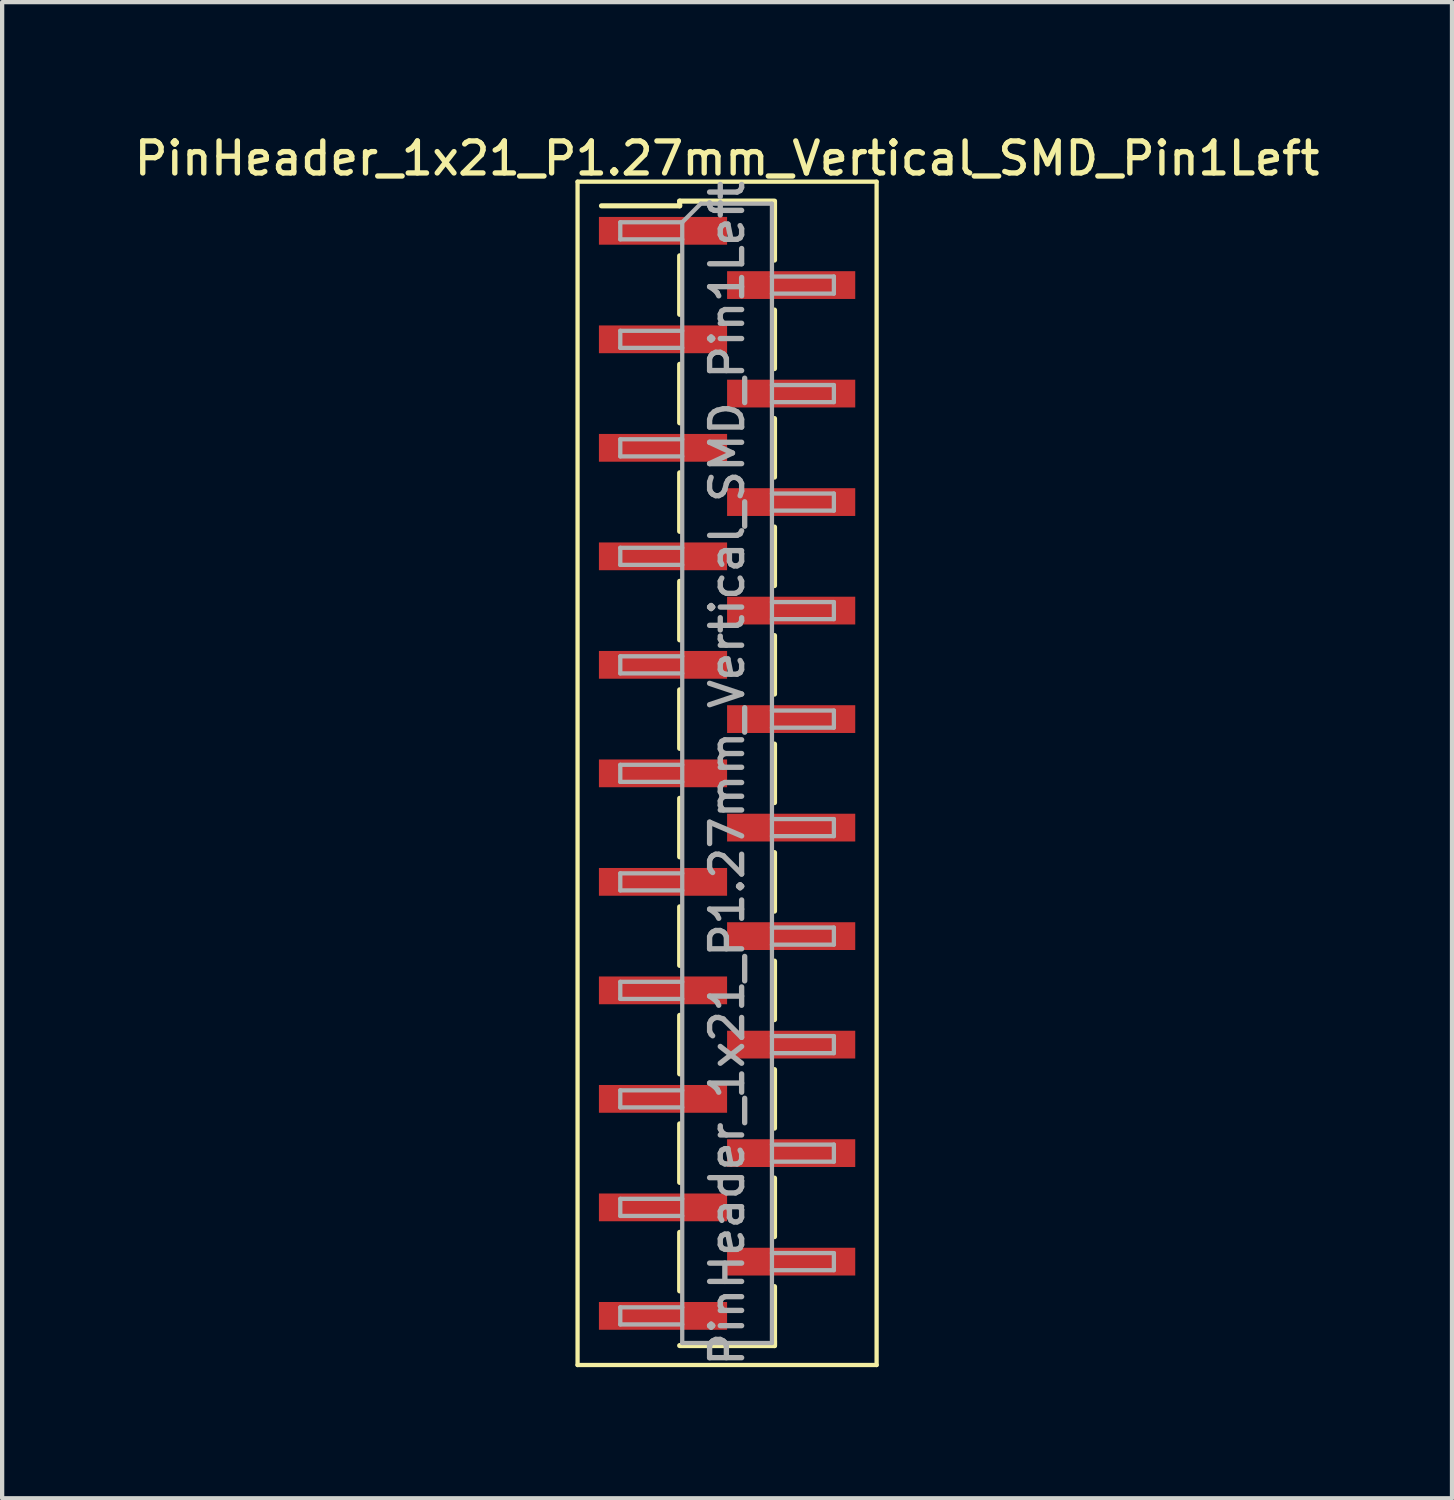
<source format=kicad_pcb>
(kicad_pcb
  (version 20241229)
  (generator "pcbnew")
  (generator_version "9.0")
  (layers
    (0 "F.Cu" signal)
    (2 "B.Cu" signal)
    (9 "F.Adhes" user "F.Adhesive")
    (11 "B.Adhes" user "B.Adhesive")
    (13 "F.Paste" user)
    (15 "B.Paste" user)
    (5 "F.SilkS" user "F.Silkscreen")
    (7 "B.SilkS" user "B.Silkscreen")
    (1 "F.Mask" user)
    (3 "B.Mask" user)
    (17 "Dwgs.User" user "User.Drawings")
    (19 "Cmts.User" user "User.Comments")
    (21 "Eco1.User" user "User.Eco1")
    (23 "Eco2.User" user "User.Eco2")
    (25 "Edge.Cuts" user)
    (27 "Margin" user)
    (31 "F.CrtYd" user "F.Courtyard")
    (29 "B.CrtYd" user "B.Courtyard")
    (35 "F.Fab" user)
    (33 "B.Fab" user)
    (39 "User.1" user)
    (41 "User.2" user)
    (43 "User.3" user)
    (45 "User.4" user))
  (footprint "PinHeader_1x21_P1.27mm_Vertical_SMD_Pin1Left"
    (layer "F.Cu")
    (at 13.97 15.053)
    (property "Reference" "PinHeader_1x21_P1.27mm_Vertical_SMD_Pin1Left" (at 0 -14.395 0) (layer "F.SilkS") (effects (font (size 0.75 0.75) (thickness 0.125))))
    (attr smd)
    (fp_line (start -3.5 -13.85) (end -3.5 13.85) (stroke (width 0.1) (type solid)) (layer "F.SilkS"))
    (fp_line (start -3.5 13.85) (end 3.5 13.85) (stroke (width 0.1) (type solid)) (layer "F.SilkS"))
    (fp_line (start -1.11 -13.395) (end -1.11 -13.285) (stroke (width 0.12) (type solid)) (layer "F.SilkS"))
    (fp_line (start -1.11 -13.395) (end 1.11 -13.395) (stroke (width 0.12) (type solid)) (layer "F.SilkS"))
    (fp_line (start -1.11 -13.285) (end -2.94 -13.285) (stroke (width 0.12) (type solid)) (layer "F.SilkS"))
    (fp_line (start -1.11 -12.115) (end -1.11 -10.745) (stroke (width 0.12) (type solid)) (layer "F.SilkS"))
    (fp_line (start -1.11 -9.575) (end -1.11 -8.205) (stroke (width 0.12) (type solid)) (layer "F.SilkS"))
    (fp_line (start -1.11 -7.035) (end -1.11 -5.665) (stroke (width 0.12) (type solid)) (layer "F.SilkS"))
    (fp_line (start -1.11 -4.495) (end -1.11 -3.125) (stroke (width 0.12) (type solid)) (layer "F.SilkS"))
    (fp_line (start -1.11 -1.955) (end -1.11 -0.585) (stroke (width 0.12) (type solid)) (layer "F.SilkS"))
    (fp_line (start -1.11 0.585) (end -1.11 1.955) (stroke (width 0.12) (type solid)) (layer "F.SilkS"))
    (fp_line (start -1.11 3.125) (end -1.11 4.495) (stroke (width 0.12) (type solid)) (layer "F.SilkS"))
    (fp_line (start -1.11 5.665) (end -1.11 7.035) (stroke (width 0.12) (type solid)) (layer "F.SilkS"))
    (fp_line (start -1.11 8.205) (end -1.11 9.575) (stroke (width 0.12) (type solid)) (layer "F.SilkS"))
    (fp_line (start -1.11 10.745) (end -1.11 12.115) (stroke (width 0.12) (type solid)) (layer "F.SilkS"))
    (fp_line (start -1.11 13.395) (end 1.11 13.395) (stroke (width 0.12) (type solid)) (layer "F.SilkS"))
    (fp_line (start 1.11 -13.385) (end 1.11 -12.015) (stroke (width 0.12) (type solid)) (layer "F.SilkS"))
    (fp_line (start 1.11 -10.845) (end 1.11 -9.475) (stroke (width 0.12) (type solid)) (layer "F.SilkS"))
    (fp_line (start 1.11 -8.305) (end 1.11 -6.935) (stroke (width 0.12) (type solid)) (layer "F.SilkS"))
    (fp_line (start 1.11 -5.765) (end 1.11 -4.395) (stroke (width 0.12) (type solid)) (layer "F.SilkS"))
    (fp_line (start 1.11 -3.225) (end 1.11 -1.855) (stroke (width 0.12) (type solid)) (layer "F.SilkS"))
    (fp_line (start 1.11 -0.685) (end 1.11 0.685) (stroke (width 0.12) (type solid)) (layer "F.SilkS"))
    (fp_line (start 1.11 1.855) (end 1.11 3.225) (stroke (width 0.12) (type solid)) (layer "F.SilkS"))
    (fp_line (start 1.11 4.395) (end 1.11 5.765) (stroke (width 0.12) (type solid)) (layer "F.SilkS"))
    (fp_line (start 1.11 6.935) (end 1.11 8.305) (stroke (width 0.12) (type solid)) (layer "F.SilkS"))
    (fp_line (start 1.11 9.475) (end 1.11 10.845) (stroke (width 0.12) (type solid)) (layer "F.SilkS"))
    (fp_line (start 1.11 12.015) (end 1.11 13.385) (stroke (width 0.12) (type solid)) (layer "F.SilkS"))
    (fp_line (start 1.11 13.285) (end 1.11 13.395) (stroke (width 0.12) (type solid)) (layer "F.SilkS"))
    (fp_line (start 3.5 -13.85) (end -3.5 -13.85) (stroke (width 0.1) (type solid)) (layer "F.SilkS"))
    (fp_line (start 3.5 13.85) (end 3.5 -13.85) (stroke (width 0.1) (type solid)) (layer "F.SilkS"))
    (fp_line (start -2.5 -12.9) (end -2.5 -12.5) (stroke (width 0.1) (type solid)) (layer "F.Fab"))
    (fp_line (start -2.5 -12.5) (end -1.05 -12.5) (stroke (width 0.1) (type solid)) (layer "F.Fab"))
    (fp_line (start -2.5 -10.36) (end -2.5 -9.96) (stroke (width 0.1) (type solid)) (layer "F.Fab"))
    (fp_line (start -2.5 -9.96) (end -1.05 -9.96) (stroke (width 0.1) (type solid)) (layer "F.Fab"))
    (fp_line (start -2.5 -7.82) (end -2.5 -7.42) (stroke (width 0.1) (type solid)) (layer "F.Fab"))
    (fp_line (start -2.5 -7.42) (end -1.05 -7.42) (stroke (width 0.1) (type solid)) (layer "F.Fab"))
    (fp_line (start -2.5 -5.28) (end -2.5 -4.88) (stroke (width 0.1) (type solid)) (layer "F.Fab"))
    (fp_line (start -2.5 -4.88) (end -1.05 -4.88) (stroke (width 0.1) (type solid)) (layer "F.Fab"))
    (fp_line (start -2.5 -2.74) (end -2.5 -2.34) (stroke (width 0.1) (type solid)) (layer "F.Fab"))
    (fp_line (start -2.5 -2.34) (end -1.05 -2.34) (stroke (width 0.1) (type solid)) (layer "F.Fab"))
    (fp_line (start -2.5 -0.2) (end -2.5 0.2) (stroke (width 0.1) (type solid)) (layer "F.Fab"))
    (fp_line (start -2.5 0.2) (end -1.05 0.2) (stroke (width 0.1) (type solid)) (layer "F.Fab"))
    (fp_line (start -2.5 2.34) (end -2.5 2.74) (stroke (width 0.1) (type solid)) (layer "F.Fab"))
    (fp_line (start -2.5 2.74) (end -1.05 2.74) (stroke (width 0.1) (type solid)) (layer "F.Fab"))
    (fp_line (start -2.5 4.88) (end -2.5 5.28) (stroke (width 0.1) (type solid)) (layer "F.Fab"))
    (fp_line (start -2.5 5.28) (end -1.05 5.28) (stroke (width 0.1) (type solid)) (layer "F.Fab"))
    (fp_line (start -2.5 7.42) (end -2.5 7.82) (stroke (width 0.1) (type solid)) (layer "F.Fab"))
    (fp_line (start -2.5 7.82) (end -1.05 7.82) (stroke (width 0.1) (type solid)) (layer "F.Fab"))
    (fp_line (start -2.5 9.96) (end -2.5 10.36) (stroke (width 0.1) (type solid)) (layer "F.Fab"))
    (fp_line (start -2.5 10.36) (end -1.05 10.36) (stroke (width 0.1) (type solid)) (layer "F.Fab"))
    (fp_line (start -2.5 12.5) (end -2.5 12.9) (stroke (width 0.1) (type solid)) (layer "F.Fab"))
    (fp_line (start -2.5 12.9) (end -1.05 12.9) (stroke (width 0.1) (type solid)) (layer "F.Fab"))
    (fp_line (start -1.05 -12.9) (end -2.5 -12.9) (stroke (width 0.1) (type solid)) (layer "F.Fab"))
    (fp_line (start -1.05 -12.9) (end -0.615 -13.335) (stroke (width 0.1) (type solid)) (layer "F.Fab"))
    (fp_line (start -1.05 -10.36) (end -2.5 -10.36) (stroke (width 0.1) (type solid)) (layer "F.Fab"))
    (fp_line (start -1.05 -7.82) (end -2.5 -7.82) (stroke (width 0.1) (type solid)) (layer "F.Fab"))
    (fp_line (start -1.05 -5.28) (end -2.5 -5.28) (stroke (width 0.1) (type solid)) (layer "F.Fab"))
    (fp_line (start -1.05 -2.74) (end -2.5 -2.74) (stroke (width 0.1) (type solid)) (layer "F.Fab"))
    (fp_line (start -1.05 -0.2) (end -2.5 -0.2) (stroke (width 0.1) (type solid)) (layer "F.Fab"))
    (fp_line (start -1.05 2.34) (end -2.5 2.34) (stroke (width 0.1) (type solid)) (layer "F.Fab"))
    (fp_line (start -1.05 4.88) (end -2.5 4.88) (stroke (width 0.1) (type solid)) (layer "F.Fab"))
    (fp_line (start -1.05 7.42) (end -2.5 7.42) (stroke (width 0.1) (type solid)) (layer "F.Fab"))
    (fp_line (start -1.05 9.96) (end -2.5 9.96) (stroke (width 0.1) (type solid)) (layer "F.Fab"))
    (fp_line (start -1.05 12.5) (end -2.5 12.5) (stroke (width 0.1) (type solid)) (layer "F.Fab"))
    (fp_line (start -1.05 13.335) (end -1.05 -12.9) (stroke (width 0.1) (type solid)) (layer "F.Fab"))
    (fp_line (start -0.615 -13.335) (end 1.05 -13.335) (stroke (width 0.1) (type solid)) (layer "F.Fab"))
    (fp_line (start 1.05 -13.335) (end 1.05 13.335) (stroke (width 0.1) (type solid)) (layer "F.Fab"))
    (fp_line (start 1.05 -11.63) (end 2.5 -11.63) (stroke (width 0.1) (type solid)) (layer "F.Fab"))
    (fp_line (start 1.05 -9.09) (end 2.5 -9.09) (stroke (width 0.1) (type solid)) (layer "F.Fab"))
    (fp_line (start 1.05 -6.55) (end 2.5 -6.55) (stroke (width 0.1) (type solid)) (layer "F.Fab"))
    (fp_line (start 1.05 -4.01) (end 2.5 -4.01) (stroke (width 0.1) (type solid)) (layer "F.Fab"))
    (fp_line (start 1.05 -1.47) (end 2.5 -1.47) (stroke (width 0.1) (type solid)) (layer "F.Fab"))
    (fp_line (start 1.05 1.07) (end 2.5 1.07) (stroke (width 0.1) (type solid)) (layer "F.Fab"))
    (fp_line (start 1.05 3.61) (end 2.5 3.61) (stroke (width 0.1) (type solid)) (layer "F.Fab"))
    (fp_line (start 1.05 6.15) (end 2.5 6.15) (stroke (width 0.1) (type solid)) (layer "F.Fab"))
    (fp_line (start 1.05 8.69) (end 2.5 8.69) (stroke (width 0.1) (type solid)) (layer "F.Fab"))
    (fp_line (start 1.05 11.23) (end 2.5 11.23) (stroke (width 0.1) (type solid)) (layer "F.Fab"))
    (fp_line (start 1.05 13.335) (end -1.05 13.335) (stroke (width 0.1) (type solid)) (layer "F.Fab"))
    (fp_line (start 2.5 -11.63) (end 2.5 -11.23) (stroke (width 0.1) (type solid)) (layer "F.Fab"))
    (fp_line (start 2.5 -11.23) (end 1.05 -11.23) (stroke (width 0.1) (type solid)) (layer "F.Fab"))
    (fp_line (start 2.5 -9.09) (end 2.5 -8.69) (stroke (width 0.1) (type solid)) (layer "F.Fab"))
    (fp_line (start 2.5 -8.69) (end 1.05 -8.69) (stroke (width 0.1) (type solid)) (layer "F.Fab"))
    (fp_line (start 2.5 -6.55) (end 2.5 -6.15) (stroke (width 0.1) (type solid)) (layer "F.Fab"))
    (fp_line (start 2.5 -6.15) (end 1.05 -6.15) (stroke (width 0.1) (type solid)) (layer "F.Fab"))
    (fp_line (start 2.5 -4.01) (end 2.5 -3.61) (stroke (width 0.1) (type solid)) (layer "F.Fab"))
    (fp_line (start 2.5 -3.61) (end 1.05 -3.61) (stroke (width 0.1) (type solid)) (layer "F.Fab"))
    (fp_line (start 2.5 -1.47) (end 2.5 -1.07) (stroke (width 0.1) (type solid)) (layer "F.Fab"))
    (fp_line (start 2.5 -1.07) (end 1.05 -1.07) (stroke (width 0.1) (type solid)) (layer "F.Fab"))
    (fp_line (start 2.5 1.07) (end 2.5 1.47) (stroke (width 0.1) (type solid)) (layer "F.Fab"))
    (fp_line (start 2.5 1.47) (end 1.05 1.47) (stroke (width 0.1) (type solid)) (layer "F.Fab"))
    (fp_line (start 2.5 3.61) (end 2.5 4.01) (stroke (width 0.1) (type solid)) (layer "F.Fab"))
    (fp_line (start 2.5 4.01) (end 1.05 4.01) (stroke (width 0.1) (type solid)) (layer "F.Fab"))
    (fp_line (start 2.5 6.15) (end 2.5 6.55) (stroke (width 0.1) (type solid)) (layer "F.Fab"))
    (fp_line (start 2.5 6.55) (end 1.05 6.55) (stroke (width 0.1) (type solid)) (layer "F.Fab"))
    (fp_line (start 2.5 8.69) (end 2.5 9.09) (stroke (width 0.1) (type solid)) (layer "F.Fab"))
    (fp_line (start 2.5 9.09) (end 1.05 9.09) (stroke (width 0.1) (type solid)) (layer "F.Fab"))
    (fp_line (start 2.5 11.23) (end 2.5 11.63) (stroke (width 0.1) (type solid)) (layer "F.Fab"))
    (fp_line (start 2.5 11.63) (end 1.05 11.63) (stroke (width 0.1) (type solid)) (layer "F.Fab"))
    (fp_text user "${REFERENCE}" (at 0 0 90) (layer "F.Fab") (effects (font (size 0.75 0.75) (thickness 0.125))))
    (pad "1" smd rect (at -1.5 -12.7) (size 3 0.65) (layers "F.Cu" "F.Mask" "F.Paste"))
    (pad "2" smd rect (at 1.5 -11.43) (size 3 0.65) (layers "F.Cu" "F.Mask" "F.Paste"))
    (pad "3" smd rect (at -1.5 -10.16) (size 3 0.65) (layers "F.Cu" "F.Mask" "F.Paste"))
    (pad "4" smd rect (at 1.5 -8.89) (size 3 0.65) (layers "F.Cu" "F.Mask" "F.Paste"))
    (pad "5" smd rect (at -1.5 -7.62) (size 3 0.65) (layers "F.Cu" "F.Mask" "F.Paste"))
    (pad "6" smd rect (at 1.5 -6.35) (size 3 0.65) (layers "F.Cu" "F.Mask" "F.Paste"))
    (pad "7" smd rect (at -1.5 -5.08) (size 3 0.65) (layers "F.Cu" "F.Mask" "F.Paste"))
    (pad "8" smd rect (at 1.5 -3.81) (size 3 0.65) (layers "F.Cu" "F.Mask" "F.Paste"))
    (pad "9" smd rect (at -1.5 -2.54) (size 3 0.65) (layers "F.Cu" "F.Mask" "F.Paste"))
    (pad "10" smd rect (at 1.5 -1.27) (size 3 0.65) (layers "F.Cu" "F.Mask" "F.Paste"))
    (pad "11" smd rect (at -1.5 0) (size 3 0.65) (layers "F.Cu" "F.Mask" "F.Paste"))
    (pad "12" smd rect (at 1.5 1.27) (size 3 0.65) (layers "F.Cu" "F.Mask" "F.Paste"))
    (pad "13" smd rect (at -1.5 2.54) (size 3 0.65) (layers "F.Cu" "F.Mask" "F.Paste"))
    (pad "14" smd rect (at 1.5 3.81) (size 3 0.65) (layers "F.Cu" "F.Mask" "F.Paste"))
    (pad "15" smd rect (at -1.5 5.08) (size 3 0.65) (layers "F.Cu" "F.Mask" "F.Paste"))
    (pad "16" smd rect (at 1.5 6.35) (size 3 0.65) (layers "F.Cu" "F.Mask" "F.Paste"))
    (pad "17" smd rect (at -1.5 7.62) (size 3 0.65) (layers "F.Cu" "F.Mask" "F.Paste"))
    (pad "18" smd rect (at 1.5 8.89) (size 3 0.65) (layers "F.Cu" "F.Mask" "F.Paste"))
    (pad "19" smd rect (at -1.5 10.16) (size 3 0.65) (layers "F.Cu" "F.Mask" "F.Paste"))
    (pad "20" smd rect (at 1.5 11.43) (size 3 0.65) (layers "F.Cu" "F.Mask" "F.Paste"))
    (pad "21" smd rect (at -1.5 12.7) (size 3 0.65) (layers "F.Cu" "F.Mask" "F.Paste")))
  (gr_rect
    (start -3 -3)
    (end 30.939 32.023)
    (stroke (width 0.1) (type default))
    (fill no)
    (layer "Edge.Cuts")))
</source>
